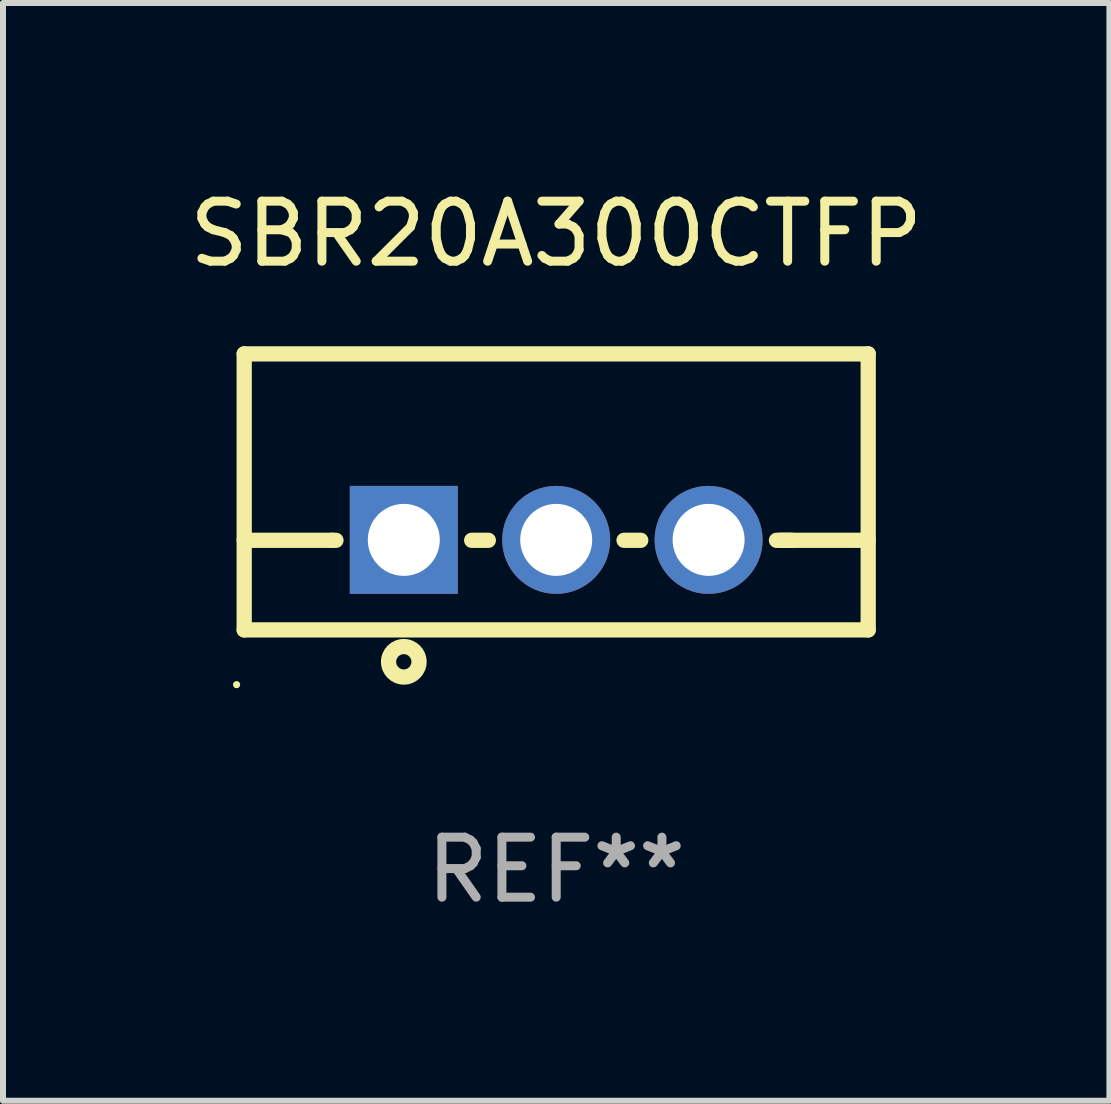
<source format=kicad_pcb>
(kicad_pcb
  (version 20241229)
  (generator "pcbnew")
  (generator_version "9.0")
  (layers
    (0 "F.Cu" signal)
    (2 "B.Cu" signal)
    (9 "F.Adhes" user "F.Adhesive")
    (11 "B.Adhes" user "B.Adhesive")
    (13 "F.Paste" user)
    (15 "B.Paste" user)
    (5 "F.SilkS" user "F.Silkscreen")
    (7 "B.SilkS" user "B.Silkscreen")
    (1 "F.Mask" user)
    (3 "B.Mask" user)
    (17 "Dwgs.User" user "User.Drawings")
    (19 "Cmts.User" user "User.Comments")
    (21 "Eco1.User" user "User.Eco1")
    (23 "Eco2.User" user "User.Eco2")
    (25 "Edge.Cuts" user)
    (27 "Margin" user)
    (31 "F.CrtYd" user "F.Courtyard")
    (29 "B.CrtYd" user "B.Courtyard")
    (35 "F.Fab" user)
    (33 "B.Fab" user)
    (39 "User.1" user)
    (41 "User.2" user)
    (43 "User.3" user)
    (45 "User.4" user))
  (footprint "SBR20A300CTFP"
    (layer "F.Cu")
    (at 6.22 5.148)
    (property "Reference" "SBR20A300CTFP" (at 0 -4.3 0) (layer "F.SilkS") (effects (font (size 1 1) (thickness 0.15))))
    (attr through_hole)
    (fp_line (start -5.2 -2.3) (end -5.2 2.3) (stroke (width 0.254) (type solid)) (layer "F.SilkS"))
    (fp_line (start -5.2 -2.3) (end 5.2 -2.3) (stroke (width 0.254) (type solid)) (layer "F.SilkS"))
    (fp_line (start -5.2 0.807) (end -3.731 0.807) (stroke (width 0.254) (type solid)) (layer "F.SilkS"))
    (fp_line (start -5.2 2.3) (end 5.2 2.3) (stroke (width 0.254) (type solid)) (layer "F.SilkS"))
    (fp_line (start -3.731 0.807) (end -3.671 0.807) (stroke (width 0.254) (type solid)) (layer "F.SilkS"))
    (fp_line (start -1.409 0.807) (end -1.131 0.807) (stroke (width 0.254) (type solid)) (layer "F.SilkS"))
    (fp_line (start 1.131 0.807) (end 1.409 0.807) (stroke (width 0.254) (type solid)) (layer "F.SilkS"))
    (fp_line (start 3.671 0.807) (end 3.926 0.807) (stroke (width 0.254) (type solid)) (layer "F.SilkS"))
    (fp_line (start 3.731 0.807) (end 5.2 0.807) (stroke (width 0.254) (type solid)) (layer "F.SilkS"))
    (fp_line (start 5.2 -2.3) (end 5.2 2.3) (stroke (width 0.254) (type solid)) (layer "F.SilkS"))
    (fp_circle (center -5.327 3.213) (end -5.297 3.213) (stroke (width 0.06) (type solid)) (fill no) (layer "F.SilkS"))
    (fp_circle (center -2.54 2.832) (end -2.286 2.832) (stroke (width 0.254) (type solid)) (fill no) (layer "F.SilkS"))
    (fp_text user "REF**" (at 0 6.3 0) (layer "F.Fab") (effects (font (size 1 1) (thickness 0.15))))
    (pad "1" thru_hole rect (at -2.54 0.8) (size 1.8 1.8) (drill 1.2) (layers "*.Cu" "*.Mask"))
    (pad "2" thru_hole circle (at 0 0.8) (size 1.8 1.8) (drill 1.2) (layers "*.Cu" "*.Mask"))
    (pad "3" thru_hole circle (at 2.54 0.8) (size 1.8 1.8) (drill 1.2) (layers "*.Cu" "*.Mask")))
  (gr_rect
    (start -3 -3)
    (end 15.44 15.296)
    (stroke (width 0.1) (type default))
    (fill no)
    (layer "Edge.Cuts")))
</source>
